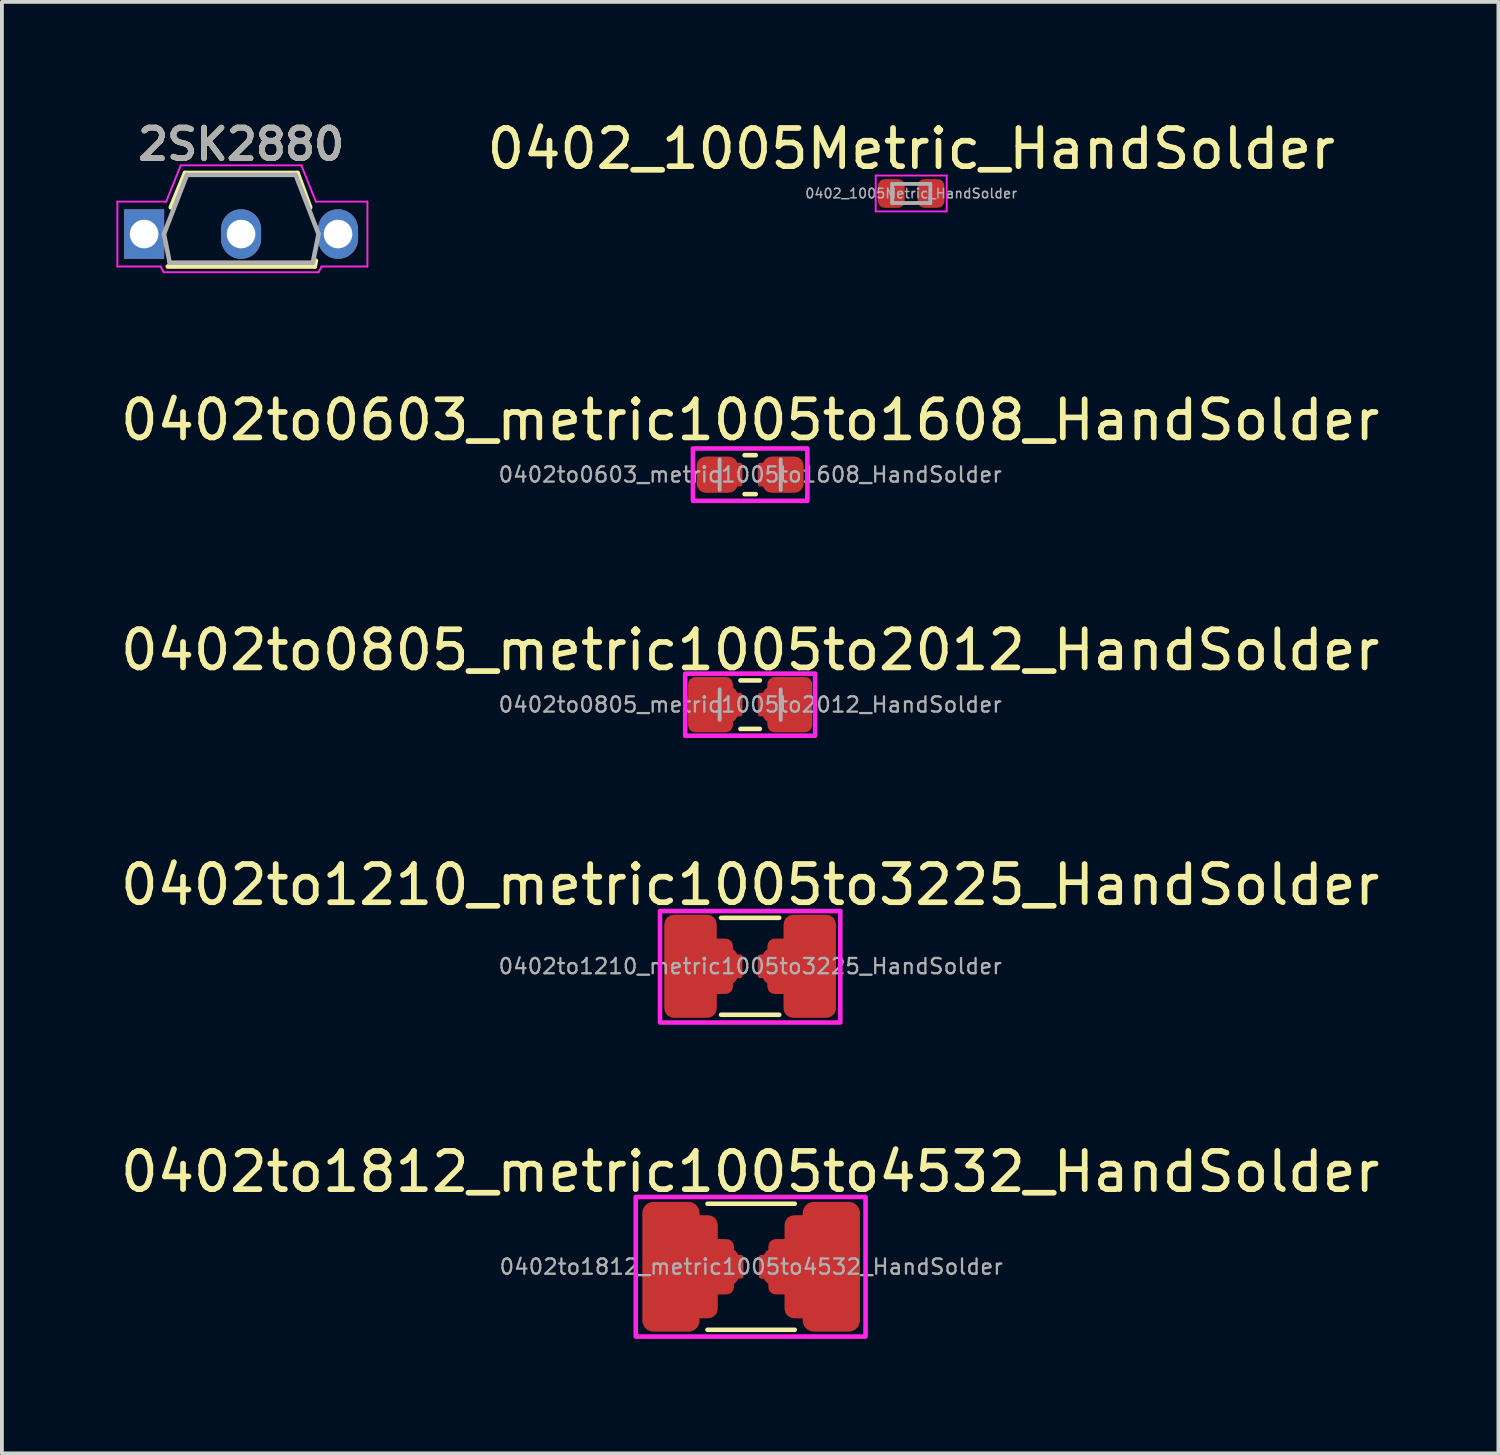
<source format=kicad_pcb>
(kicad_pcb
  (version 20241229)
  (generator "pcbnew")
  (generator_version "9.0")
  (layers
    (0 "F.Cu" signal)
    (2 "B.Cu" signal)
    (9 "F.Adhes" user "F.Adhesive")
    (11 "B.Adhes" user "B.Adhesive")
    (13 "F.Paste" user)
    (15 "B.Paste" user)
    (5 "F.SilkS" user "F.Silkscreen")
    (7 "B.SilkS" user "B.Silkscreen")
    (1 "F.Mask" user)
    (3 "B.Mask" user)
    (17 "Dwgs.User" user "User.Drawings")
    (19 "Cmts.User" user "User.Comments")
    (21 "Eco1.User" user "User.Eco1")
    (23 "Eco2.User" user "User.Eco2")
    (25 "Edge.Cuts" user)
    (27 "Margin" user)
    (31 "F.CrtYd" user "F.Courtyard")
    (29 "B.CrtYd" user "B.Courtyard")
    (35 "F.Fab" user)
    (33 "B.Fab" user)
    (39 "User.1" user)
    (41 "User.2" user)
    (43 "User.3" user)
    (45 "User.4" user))
  (footprint "0402to0603_metric1005to1608_HandSolder"
    (layer "F.Cu")
    (at 16.601 9.384)
    (property "Reference" "0402to0603_metric1005to1608_HandSolder" (at 0 -1.43 0) (layer "F.SilkS") (effects (font (size 1 1) (thickness 0.15))))
    (attr smd)
    (fp_line (start -0.146 -0.51) (end 0.146 -0.51) (stroke (width 0.12) (type solid)) (layer "F.SilkS"))
    (fp_line (start -0.146 0.51) (end 0.146 0.51) (stroke (width 0.12) (type solid)) (layer "F.SilkS"))
    (fp_rect (start -1.499 -0.686) (end 1.499 0.686) (stroke (width 0.12) (type solid)) (fill no) (layer "F.CrtYd"))
    (fp_line (start -0.8 0.4) (end -0.8 -0.4) (stroke (width 0.1) (type solid)) (layer "F.Fab"))
    (fp_line (start 0.8 -0.4) (end 0.8 0.4) (stroke (width 0.1) (type solid)) (layer "F.Fab"))
    (fp_text user "${REFERENCE}" (at 0 0 0) (layer "F.Fab") (effects (font (size 0.4 0.4) (thickness 0.06))))
    (pad "1" smd roundrect (at -0.863 0) (size 1.075 0.95) (layers "F.Cu" "F.Mask" "F.Paste") (roundrect_rratio 0.25))
    (pad "1" smd roundrect (at -0.568 0) (size 0.735 0.62) (layers "F.Cu" "F.Mask" "F.Paste") (roundrect_rratio 0.102))
    (pad "2" smd roundrect (at 0.568 0) (size 0.735 0.62) (layers "F.Cu" "F.Mask" "F.Paste") (roundrect_rratio 0.102))
    (pad "2" smd roundrect (at 0.863 0) (size 1.075 0.95) (layers "F.Cu" "F.Mask" "F.Paste") (roundrect_rratio 0.25)))
  (footprint "0402to1210_metric1005to3225_HandSolder"
    (layer "F.Cu")
    (at 16.601 22.263)
    (property "Reference" "0402to1210_metric1005to3225_HandSolder" (at 0 -2.134 0) (layer "F.SilkS") (effects (font (size 1 1) (thickness 0.15))))
    (attr smd)
    (fp_line (start -0.762 -1.27) (end 0.762 -1.27) (stroke (width 0.12) (type solid)) (layer "F.SilkS"))
    (fp_line (start -0.762 1.27) (end 0.762 1.27) (stroke (width 0.12) (type solid)) (layer "F.SilkS"))
    (fp_rect (start -2.362 -1.448) (end 2.362 1.473) (stroke (width 0.12) (type solid)) (fill no) (layer "F.CrtYd"))
    (fp_text user "${REFERENCE}" (at 0 0 0) (layer "F.Fab") (effects (font (size 0.4 0.4) (thickness 0.06))))
    (pad "1" smd roundrect (at -1.562 0) (size 1.375 2.7) (layers "F.Cu" "F.Mask" "F.Paste") (roundrect_rratio 0.182))
    (pad "1" smd roundrect (at -1.038 0) (size 1.175 1.45) (layers "F.Cu" "F.Mask" "F.Paste") (roundrect_rratio 0.164))
    (pad "1" smd roundrect (at -0.863 0) (size 1.075 0.95) (layers "F.Cu" "F.Mask" "F.Paste") (roundrect_rratio 0.25))
    (pad "1" smd roundrect (at -0.568 0) (size 0.735 0.62) (layers "F.Cu" "F.Mask" "F.Paste") (roundrect_rratio 0.102))
    (pad "2" smd roundrect (at 0.568 0) (size 0.735 0.62) (layers "F.Cu" "F.Mask" "F.Paste") (roundrect_rratio 0.102))
    (pad "2" smd roundrect (at 0.863 0) (size 1.075 0.95) (layers "F.Cu" "F.Mask" "F.Paste") (roundrect_rratio 0.25))
    (pad "2" smd roundrect (at 1.038 0) (size 1.175 1.45) (layers "F.Cu" "F.Mask" "F.Paste") (roundrect_rratio 0.164))
    (pad "2" smd roundrect (at 1.562 0) (size 1.375 2.7) (layers "F.Cu" "F.Mask" "F.Paste") (roundrect_rratio 0.182)))
  (footprint "0402to0805_metric1005to2012_HandSolder"
    (layer "F.Cu")
    (at 16.601 15.409)
    (property "Reference" "0402to0805_metric1005to2012_HandSolder" (at 0 -1.43 0) (layer "F.SilkS") (effects (font (size 1 1) (thickness 0.15))))
    (attr smd)
    (fp_line (start -0.254 -0.635) (end 0.254 -0.635) (stroke (width 0.12) (type solid)) (layer "F.SilkS"))
    (fp_line (start -0.254 0.635) (end 0.254 0.635) (stroke (width 0.12) (type solid)) (layer "F.SilkS"))
    (fp_rect (start -1.702 -0.813) (end 1.702 0.813) (stroke (width 0.12) (type solid)) (fill no) (layer "F.CrtYd"))
    (fp_line (start -0.8 0.4) (end -0.8 -0.4) (stroke (width 0.1) (type solid)) (layer "F.Fab"))
    (fp_line (start 0.8 -0.4) (end 0.8 0.4) (stroke (width 0.1) (type solid)) (layer "F.Fab"))
    (fp_text user "${REFERENCE}" (at 0 0 0) (layer "F.Fab") (effects (font (size 0.4 0.4) (thickness 0.06))))
    (pad "1" smd roundrect (at -1.038 0) (size 1.175 1.45) (layers "F.Cu" "F.Mask" "F.Paste") (roundrect_rratio 0.164))
    (pad "1" smd roundrect (at -0.863 0) (size 1.075 0.95) (layers "F.Cu" "F.Mask" "F.Paste") (roundrect_rratio 0.25))
    (pad "1" smd roundrect (at -0.568 0) (size 0.735 0.62) (layers "F.Cu" "F.Mask" "F.Paste") (roundrect_rratio 0.102))
    (pad "2" smd roundrect (at 0.568 0) (size 0.735 0.62) (layers "F.Cu" "F.Mask" "F.Paste") (roundrect_rratio 0.102))
    (pad "2" smd roundrect (at 0.863 0) (size 1.075 0.95) (layers "F.Cu" "F.Mask" "F.Paste") (roundrect_rratio 0.25))
    (pad "2" smd roundrect (at 1.038 0) (size 1.175 1.45) (layers "F.Cu" "F.Mask" "F.Paste") (roundrect_rratio 0.164)))
  (footprint "0402_1005Metric_HandSolder"
    (layer "F.Cu")
    (at 20.82 2.018)
    (property "Reference" "0402_1005Metric_HandSolder" (at 0 -1.17 0) (layer "F.SilkS") (effects (font (size 1 1) (thickness 0.15))))
    (attr smd)
    (fp_line (start -0.93 -0.47) (end 0.93 -0.47) (stroke (width 0.05) (type solid)) (layer "F.CrtYd"))
    (fp_line (start -0.93 0.47) (end -0.93 -0.47) (stroke (width 0.05) (type solid)) (layer "F.CrtYd"))
    (fp_line (start 0.93 -0.47) (end 0.93 0.47) (stroke (width 0.05) (type solid)) (layer "F.CrtYd"))
    (fp_line (start 0.93 0.47) (end -0.93 0.47) (stroke (width 0.05) (type solid)) (layer "F.CrtYd"))
    (fp_line (start -0.5 -0.25) (end 0.5 -0.25) (stroke (width 0.1) (type solid)) (layer "F.Fab"))
    (fp_line (start -0.5 0.25) (end -0.5 -0.25) (stroke (width 0.1) (type solid)) (layer "F.Fab"))
    (fp_line (start 0.5 -0.25) (end 0.5 0.25) (stroke (width 0.1) (type solid)) (layer "F.Fab"))
    (fp_line (start 0.5 0.25) (end -0.5 0.25) (stroke (width 0.1) (type solid)) (layer "F.Fab"))
    (fp_text user "${REFERENCE}" (at 0 0 0) (layer "F.Fab") (effects (font (size 0.25 0.25) (thickness 0.04))))
    (pad "1" smd roundrect (at -0.52 0) (size 0.7 0.75) (layers "F.Cu" "F.Mask" "F.Paste") (roundrect_rratio 0.25))
    (pad "2" smd roundrect (at 0.52 0) (size 0.7 0.75) (layers "F.Cu" "F.Mask" "F.Paste") (roundrect_rratio 0.25)))
  (footprint "0402to1812_metric1005to4532_HandSolder"
    (layer "F.Cu")
    (at 16.627 30.134)
    (property "Reference" "0402to1812_metric1005to4532_HandSolder" (at -0.025 -2.489 0) (layer "F.SilkS") (effects (font (size 1 1) (thickness 0.15))))
    (attr smd)
    (fp_line (start -1.143 -1.651) (end 1.143 -1.651) (stroke (width 0.12) (type solid)) (layer "F.SilkS"))
    (fp_line (start -1.143 1.651) (end 1.143 1.651) (stroke (width 0.12) (type solid)) (layer "F.SilkS"))
    (fp_rect (start -3.023 -1.829) (end 2.997 1.829) (stroke (width 0.12) (type solid)) (fill no) (layer "F.CrtYd"))
    (fp_text user "${REFERENCE}" (at 0 0 0) (layer "F.Fab") (effects (font (size 0.4 0.4) (thickness 0.06))))
    (pad "1" smd roundrect (at -2.1 0) (size 1.5 3.4) (layers "F.Cu" "F.Mask" "F.Paste") (roundrect_rratio 0.192))
    (pad "1" smd roundrect (at -1.562 0) (size 1.375 2.7) (layers "F.Cu" "F.Mask" "F.Paste") (roundrect_rratio 0.182))
    (pad "1" smd roundrect (at -1.038 0) (size 1.175 1.45) (layers "F.Cu" "F.Mask" "F.Paste") (roundrect_rratio 0.164))
    (pad "1" smd roundrect (at -0.863 0) (size 1.075 0.95) (layers "F.Cu" "F.Mask" "F.Paste") (roundrect_rratio 0.25))
    (pad "1" smd roundrect (at -0.568 0) (size 0.735 0.62) (layers "F.Cu" "F.Mask" "F.Paste") (roundrect_rratio 0.102))
    (pad "2" smd roundrect (at 0.568 0) (size 0.735 0.62) (layers "F.Cu" "F.Mask" "F.Paste") (roundrect_rratio 0.102))
    (pad "2" smd roundrect (at 0.863 0) (size 1.075 0.95) (layers "F.Cu" "F.Mask" "F.Paste") (roundrect_rratio 0.25))
    (pad "2" smd roundrect (at 1.038 0) (size 1.175 1.45) (layers "F.Cu" "F.Mask" "F.Paste") (roundrect_rratio 0.164))
    (pad "2" smd roundrect (at 1.562 0) (size 1.375 2.7) (layers "F.Cu" "F.Mask" "F.Paste") (roundrect_rratio 0.182))
    (pad "2" smd roundrect (at 2.1 0) (size 1.5 3.4) (layers "F.Cu" "F.Mask" "F.Paste") (roundrect_rratio 0.192)))
  (footprint "2SK2880"
    (layer "F.Cu")
    (at 0.725 3.081)
    (property "Reference" "2SK2880" (at 2.54 -2.35 180) (layer "F.SilkS") (effects (font (size 0.8 0.8) (thickness 0.15))))
    (attr through_hole)
    (fp_line (start 0.62 0.85) (end 4.47 0.85) (stroke (width 0.12) (type solid)) (layer "F.SilkS"))
    (fp_line (start 1.07 -1.6) (end 0.7 -0.7) (stroke (width 0.12) (type solid)) (layer "F.SilkS"))
    (fp_line (start 4.02 -1.6) (end 1.07 -1.6) (stroke (width 0.12) (type solid)) (layer "F.SilkS"))
    (fp_line (start 4.35 -0.7) (end 4.02 -1.6) (stroke (width 0.12) (type solid)) (layer "F.SilkS"))
    (fp_line (start 4.47 0.85) (end 4.5 0.7) (stroke (width 0.12) (type solid)) (layer "F.SilkS"))
    (fp_line (start -0.7 -0.85) (end -0.7 0.85) (stroke (width 0.05) (type solid)) (layer "F.CrtYd"))
    (fp_line (start -0.7 0.85) (end 0.43 0.85) (stroke (width 0.05) (type solid)) (layer "F.CrtYd"))
    (fp_line (start 0.51 1) (end 0.43 0.85) (stroke (width 0.05) (type solid)) (layer "F.CrtYd"))
    (fp_line (start 0.52 1) (end 4.57 1) (stroke (width 0.05) (type solid)) (layer "F.CrtYd"))
    (fp_line (start 0.58 -0.85) (end -0.7 -0.85) (stroke (width 0.05) (type solid)) (layer "F.CrtYd"))
    (fp_line (start 0.58 -0.85) (end 0.96 -1.8) (stroke (width 0.05) (type solid)) (layer "F.CrtYd"))
    (fp_line (start 4.12 -1.8) (end 0.97 -1.8) (stroke (width 0.05) (type solid)) (layer "F.CrtYd"))
    (fp_line (start 4.5 -0.85) (end 4.12 -1.8) (stroke (width 0.05) (type solid)) (layer "F.CrtYd"))
    (fp_line (start 4.5 -0.85) (end 5.85 -0.85) (stroke (width 0.05) (type solid)) (layer "F.CrtYd"))
    (fp_line (start 4.57 1) (end 4.65 0.85) (stroke (width 0.05) (type solid)) (layer "F.CrtYd"))
    (fp_line (start 5.85 -0.85) (end 5.85 0.85) (stroke (width 0.05) (type solid)) (layer "F.CrtYd"))
    (fp_line (start 5.85 0.85) (end 4.65 0.85) (stroke (width 0.05) (type solid)) (layer "F.CrtYd"))
    (fp_line (start 0.52 0) (end 1.12 -1.55) (stroke (width 0.12) (type solid)) (layer "F.Fab"))
    (fp_line (start 0.67 0.75) (end 0.52 0) (stroke (width 0.12) (type solid)) (layer "F.Fab"))
    (fp_line (start 0.67 0.75) (end 4.42 0.75) (stroke (width 0.12) (type solid)) (layer "F.Fab"))
    (fp_line (start 1.12 -1.55) (end 3.97 -1.55) (stroke (width 0.12) (type solid)) (layer "F.Fab"))
    (fp_line (start 4.42 0.75) (end 4.57 0) (stroke (width 0.12) (type solid)) (layer "F.Fab"))
    (fp_line (start 4.57 0) (end 3.97 -1.55) (stroke (width 0.12) (type solid)) (layer "F.Fab"))
    (fp_text user "${REFERENCE}" (at 2.54 -2.35 180) (layer "F.Fab") (effects (font (size 0.8 0.8) (thickness 0.15))))
    (pad "1" thru_hole rect (at 0 0 180) (size 1.05 1.3) (drill 0.75) (layers "*.Cu" "*.Mask"))
    (pad "2" thru_hole oval (at 2.54 0 180) (size 1.05 1.3) (drill 0.75) (layers "*.Cu" "*.Mask"))
    (pad "3" thru_hole oval (at 5.08 0 180) (size 1.05 1.3) (drill 0.75) (layers "*.Cu" "*.Mask")))
  (gr_rect
    (start -3 -3)
    (end 36.202 35.023)
    (stroke (width 0.1) (type default))
    (fill no)
    (layer "Edge.Cuts")))
</source>
